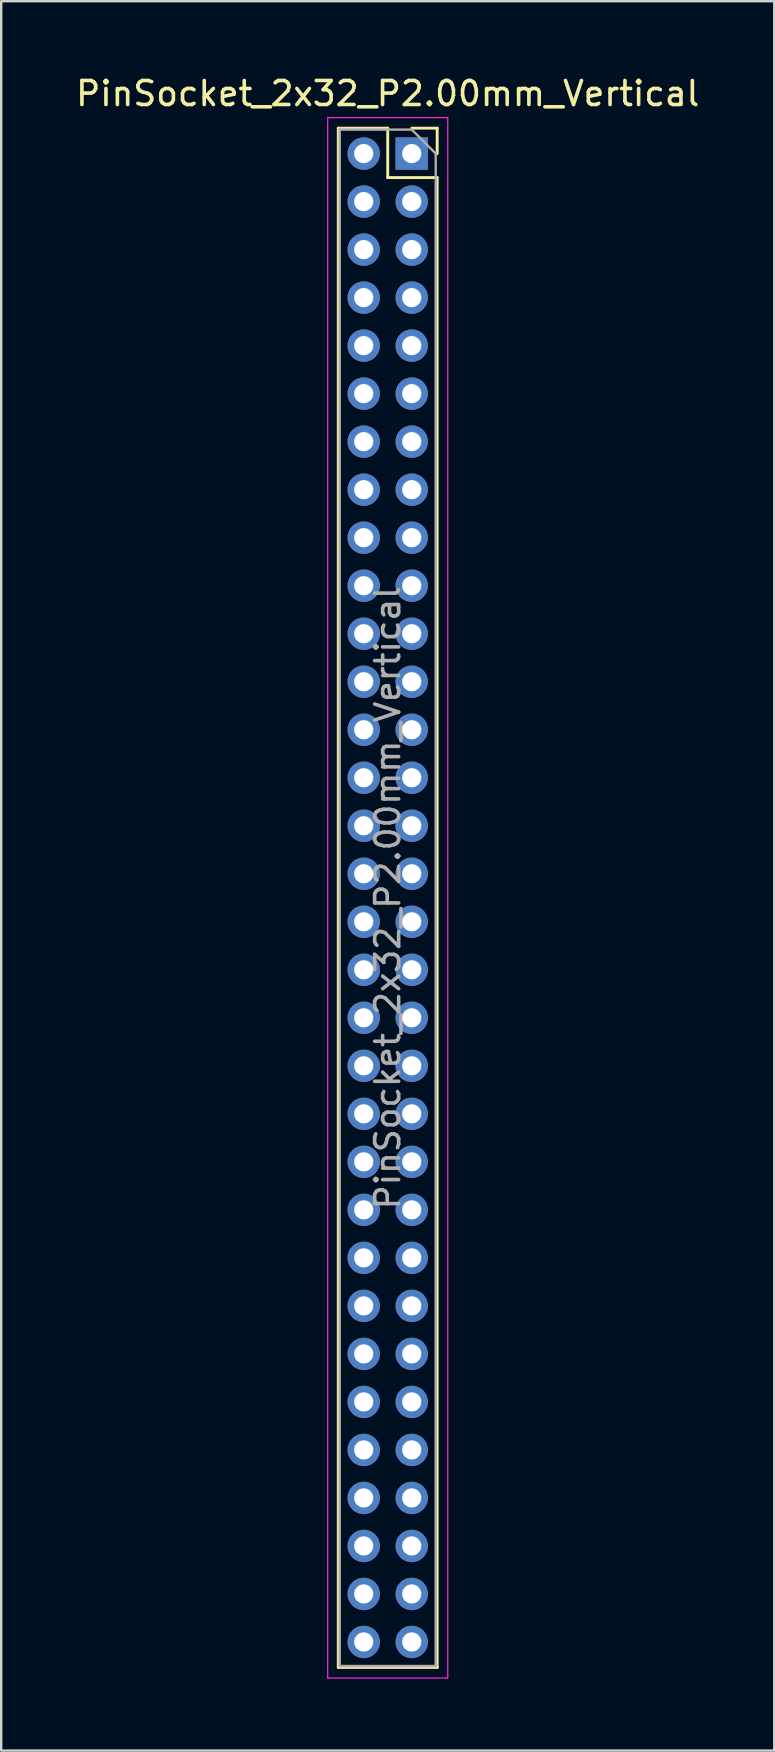
<source format=kicad_pcb>
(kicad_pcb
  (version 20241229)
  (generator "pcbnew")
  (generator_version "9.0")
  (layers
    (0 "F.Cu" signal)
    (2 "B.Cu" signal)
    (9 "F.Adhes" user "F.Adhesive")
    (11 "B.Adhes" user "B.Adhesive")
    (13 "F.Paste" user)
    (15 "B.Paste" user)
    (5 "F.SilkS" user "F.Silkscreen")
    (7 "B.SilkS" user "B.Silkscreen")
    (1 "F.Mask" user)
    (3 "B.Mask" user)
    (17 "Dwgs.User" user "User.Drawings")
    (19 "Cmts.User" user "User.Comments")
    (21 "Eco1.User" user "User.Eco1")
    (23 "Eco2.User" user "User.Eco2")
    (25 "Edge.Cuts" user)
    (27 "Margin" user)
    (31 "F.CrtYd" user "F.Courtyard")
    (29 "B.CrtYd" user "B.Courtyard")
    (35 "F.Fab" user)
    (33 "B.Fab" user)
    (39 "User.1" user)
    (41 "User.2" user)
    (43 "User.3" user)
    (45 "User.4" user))
  (footprint "PinSocket_2x32_P2.00mm_Vertical"
    (layer "F.Cu")
    (at 14.101 3.348)
    (property "Reference" "PinSocket_2x32_P2.00mm_Vertical" (at -1 -2.5 0) (layer "F.SilkS") (effects (font (size 1 1) (thickness 0.15))))
    (attr through_hole)
    (fp_line (start -3.06 -1.06) (end -3.06 63.06) (stroke (width 0.12) (type solid)) (layer "F.SilkS"))
    (fp_line (start -3.06 -1.06) (end -1 -1.06) (stroke (width 0.12) (type solid)) (layer "F.SilkS"))
    (fp_line (start -3.06 63.06) (end 1.06 63.06) (stroke (width 0.12) (type solid)) (layer "F.SilkS"))
    (fp_line (start -1 -1.06) (end -1 1) (stroke (width 0.12) (type solid)) (layer "F.SilkS"))
    (fp_line (start -1 1) (end 1.06 1) (stroke (width 0.12) (type solid)) (layer "F.SilkS"))
    (fp_line (start 0 -1.06) (end 1.06 -1.06) (stroke (width 0.12) (type solid)) (layer "F.SilkS"))
    (fp_line (start 1.06 -1.06) (end 1.06 0) (stroke (width 0.12) (type solid)) (layer "F.SilkS"))
    (fp_line (start 1.06 1) (end 1.06 63.06) (stroke (width 0.12) (type solid)) (layer "F.SilkS"))
    (fp_line (start -3.5 -1.5) (end 1.5 -1.5) (stroke (width 0.05) (type solid)) (layer "F.CrtYd"))
    (fp_line (start -3.5 63.5) (end -3.5 -1.5) (stroke (width 0.05) (type solid)) (layer "F.CrtYd"))
    (fp_line (start 1.5 -1.5) (end 1.5 63.5) (stroke (width 0.05) (type solid)) (layer "F.CrtYd"))
    (fp_line (start 1.5 63.5) (end -3.5 63.5) (stroke (width 0.05) (type solid)) (layer "F.CrtYd"))
    (fp_line (start -3 -1) (end 0 -1) (stroke (width 0.1) (type solid)) (layer "F.Fab"))
    (fp_line (start -3 63) (end -3 -1) (stroke (width 0.1) (type solid)) (layer "F.Fab"))
    (fp_line (start 0 -1) (end 1 0) (stroke (width 0.1) (type solid)) (layer "F.Fab"))
    (fp_line (start 1 0) (end 1 63) (stroke (width 0.1) (type solid)) (layer "F.Fab"))
    (fp_line (start 1 63) (end -3 63) (stroke (width 0.1) (type solid)) (layer "F.Fab"))
    (fp_text user "${REFERENCE}" (at -1 31 90) (layer "F.Fab") (effects (font (size 1 1) (thickness 0.15))))
    (pad "1" thru_hole rect (at 0 0) (size 1.35 1.35) (drill 0.8) (layers "*.Cu" "*.Mask"))
    (pad "2" thru_hole oval (at -2 0) (size 1.35 1.35) (drill 0.8) (layers "*.Cu" "*.Mask"))
    (pad "3" thru_hole oval (at 0 2) (size 1.35 1.35) (drill 0.8) (layers "*.Cu" "*.Mask"))
    (pad "4" thru_hole oval (at -2 2) (size 1.35 1.35) (drill 0.8) (layers "*.Cu" "*.Mask"))
    (pad "5" thru_hole oval (at 0 4) (size 1.35 1.35) (drill 0.8) (layers "*.Cu" "*.Mask"))
    (pad "6" thru_hole oval (at -2 4) (size 1.35 1.35) (drill 0.8) (layers "*.Cu" "*.Mask"))
    (pad "7" thru_hole oval (at 0 6) (size 1.35 1.35) (drill 0.8) (layers "*.Cu" "*.Mask"))
    (pad "8" thru_hole oval (at -2 6) (size 1.35 1.35) (drill 0.8) (layers "*.Cu" "*.Mask"))
    (pad "9" thru_hole oval (at 0 8) (size 1.35 1.35) (drill 0.8) (layers "*.Cu" "*.Mask"))
    (pad "10" thru_hole oval (at -2 8) (size 1.35 1.35) (drill 0.8) (layers "*.Cu" "*.Mask"))
    (pad "11" thru_hole oval (at 0 10) (size 1.35 1.35) (drill 0.8) (layers "*.Cu" "*.Mask"))
    (pad "12" thru_hole oval (at -2 10) (size 1.35 1.35) (drill 0.8) (layers "*.Cu" "*.Mask"))
    (pad "13" thru_hole oval (at 0 12) (size 1.35 1.35) (drill 0.8) (layers "*.Cu" "*.Mask"))
    (pad "14" thru_hole oval (at -2 12) (size 1.35 1.35) (drill 0.8) (layers "*.Cu" "*.Mask"))
    (pad "15" thru_hole oval (at 0 14) (size 1.35 1.35) (drill 0.8) (layers "*.Cu" "*.Mask"))
    (pad "16" thru_hole oval (at -2 14) (size 1.35 1.35) (drill 0.8) (layers "*.Cu" "*.Mask"))
    (pad "17" thru_hole oval (at 0 16) (size 1.35 1.35) (drill 0.8) (layers "*.Cu" "*.Mask"))
    (pad "18" thru_hole oval (at -2 16) (size 1.35 1.35) (drill 0.8) (layers "*.Cu" "*.Mask"))
    (pad "19" thru_hole oval (at 0 18) (size 1.35 1.35) (drill 0.8) (layers "*.Cu" "*.Mask"))
    (pad "20" thru_hole oval (at -2 18) (size 1.35 1.35) (drill 0.8) (layers "*.Cu" "*.Mask"))
    (pad "21" thru_hole oval (at 0 20) (size 1.35 1.35) (drill 0.8) (layers "*.Cu" "*.Mask"))
    (pad "22" thru_hole oval (at -2 20) (size 1.35 1.35) (drill 0.8) (layers "*.Cu" "*.Mask"))
    (pad "23" thru_hole oval (at 0 22) (size 1.35 1.35) (drill 0.8) (layers "*.Cu" "*.Mask"))
    (pad "24" thru_hole oval (at -2 22) (size 1.35 1.35) (drill 0.8) (layers "*.Cu" "*.Mask"))
    (pad "25" thru_hole oval (at 0 24) (size 1.35 1.35) (drill 0.8) (layers "*.Cu" "*.Mask"))
    (pad "26" thru_hole oval (at -2 24) (size 1.35 1.35) (drill 0.8) (layers "*.Cu" "*.Mask"))
    (pad "27" thru_hole oval (at 0 26) (size 1.35 1.35) (drill 0.8) (layers "*.Cu" "*.Mask"))
    (pad "28" thru_hole oval (at -2 26) (size 1.35 1.35) (drill 0.8) (layers "*.Cu" "*.Mask"))
    (pad "29" thru_hole oval (at 0 28) (size 1.35 1.35) (drill 0.8) (layers "*.Cu" "*.Mask"))
    (pad "30" thru_hole oval (at -2 28) (size 1.35 1.35) (drill 0.8) (layers "*.Cu" "*.Mask"))
    (pad "31" thru_hole oval (at 0 30) (size 1.35 1.35) (drill 0.8) (layers "*.Cu" "*.Mask"))
    (pad "32" thru_hole oval (at -2 30) (size 1.35 1.35) (drill 0.8) (layers "*.Cu" "*.Mask"))
    (pad "33" thru_hole oval (at 0 32) (size 1.35 1.35) (drill 0.8) (layers "*.Cu" "*.Mask"))
    (pad "34" thru_hole oval (at -2 32) (size 1.35 1.35) (drill 0.8) (layers "*.Cu" "*.Mask"))
    (pad "35" thru_hole oval (at 0 34) (size 1.35 1.35) (drill 0.8) (layers "*.Cu" "*.Mask"))
    (pad "36" thru_hole oval (at -2 34) (size 1.35 1.35) (drill 0.8) (layers "*.Cu" "*.Mask"))
    (pad "37" thru_hole oval (at 0 36) (size 1.35 1.35) (drill 0.8) (layers "*.Cu" "*.Mask"))
    (pad "38" thru_hole oval (at -2 36) (size 1.35 1.35) (drill 0.8) (layers "*.Cu" "*.Mask"))
    (pad "39" thru_hole oval (at 0 38) (size 1.35 1.35) (drill 0.8) (layers "*.Cu" "*.Mask"))
    (pad "40" thru_hole oval (at -2 38) (size 1.35 1.35) (drill 0.8) (layers "*.Cu" "*.Mask"))
    (pad "41" thru_hole oval (at 0 40) (size 1.35 1.35) (drill 0.8) (layers "*.Cu" "*.Mask"))
    (pad "42" thru_hole oval (at -2 40) (size 1.35 1.35) (drill 0.8) (layers "*.Cu" "*.Mask"))
    (pad "43" thru_hole oval (at 0 42) (size 1.35 1.35) (drill 0.8) (layers "*.Cu" "*.Mask"))
    (pad "44" thru_hole oval (at -2 42) (size 1.35 1.35) (drill 0.8) (layers "*.Cu" "*.Mask"))
    (pad "45" thru_hole oval (at 0 44) (size 1.35 1.35) (drill 0.8) (layers "*.Cu" "*.Mask"))
    (pad "46" thru_hole oval (at -2 44) (size 1.35 1.35) (drill 0.8) (layers "*.Cu" "*.Mask"))
    (pad "47" thru_hole oval (at 0 46) (size 1.35 1.35) (drill 0.8) (layers "*.Cu" "*.Mask"))
    (pad "48" thru_hole oval (at -2 46) (size 1.35 1.35) (drill 0.8) (layers "*.Cu" "*.Mask"))
    (pad "49" thru_hole oval (at 0 48) (size 1.35 1.35) (drill 0.8) (layers "*.Cu" "*.Mask"))
    (pad "50" thru_hole oval (at -2 48) (size 1.35 1.35) (drill 0.8) (layers "*.Cu" "*.Mask"))
    (pad "51" thru_hole oval (at 0 50) (size 1.35 1.35) (drill 0.8) (layers "*.Cu" "*.Mask"))
    (pad "52" thru_hole oval (at -2 50) (size 1.35 1.35) (drill 0.8) (layers "*.Cu" "*.Mask"))
    (pad "53" thru_hole oval (at 0 52) (size 1.35 1.35) (drill 0.8) (layers "*.Cu" "*.Mask"))
    (pad "54" thru_hole oval (at -2 52) (size 1.35 1.35) (drill 0.8) (layers "*.Cu" "*.Mask"))
    (pad "55" thru_hole oval (at 0 54) (size 1.35 1.35) (drill 0.8) (layers "*.Cu" "*.Mask"))
    (pad "56" thru_hole oval (at -2 54) (size 1.35 1.35) (drill 0.8) (layers "*.Cu" "*.Mask"))
    (pad "57" thru_hole oval (at 0 56) (size 1.35 1.35) (drill 0.8) (layers "*.Cu" "*.Mask"))
    (pad "58" thru_hole oval (at -2 56) (size 1.35 1.35) (drill 0.8) (layers "*.Cu" "*.Mask"))
    (pad "59" thru_hole oval (at 0 58) (size 1.35 1.35) (drill 0.8) (layers "*.Cu" "*.Mask"))
    (pad "60" thru_hole oval (at -2 58) (size 1.35 1.35) (drill 0.8) (layers "*.Cu" "*.Mask"))
    (pad "61" thru_hole oval (at 0 60) (size 1.35 1.35) (drill 0.8) (layers "*.Cu" "*.Mask"))
    (pad "62" thru_hole oval (at -2 60) (size 1.35 1.35) (drill 0.8) (layers "*.Cu" "*.Mask"))
    (pad "63" thru_hole oval (at 0 62) (size 1.35 1.35) (drill 0.8) (layers "*.Cu" "*.Mask"))
    (pad "64" thru_hole oval (at -2 62) (size 1.35 1.35) (drill 0.8) (layers "*.Cu" "*.Mask")))
  (gr_rect
    (start -3 -3)
    (end 29.202 69.873)
    (stroke (width 0.1) (type default))
    (fill no)
    (layer "Edge.Cuts")))
</source>
